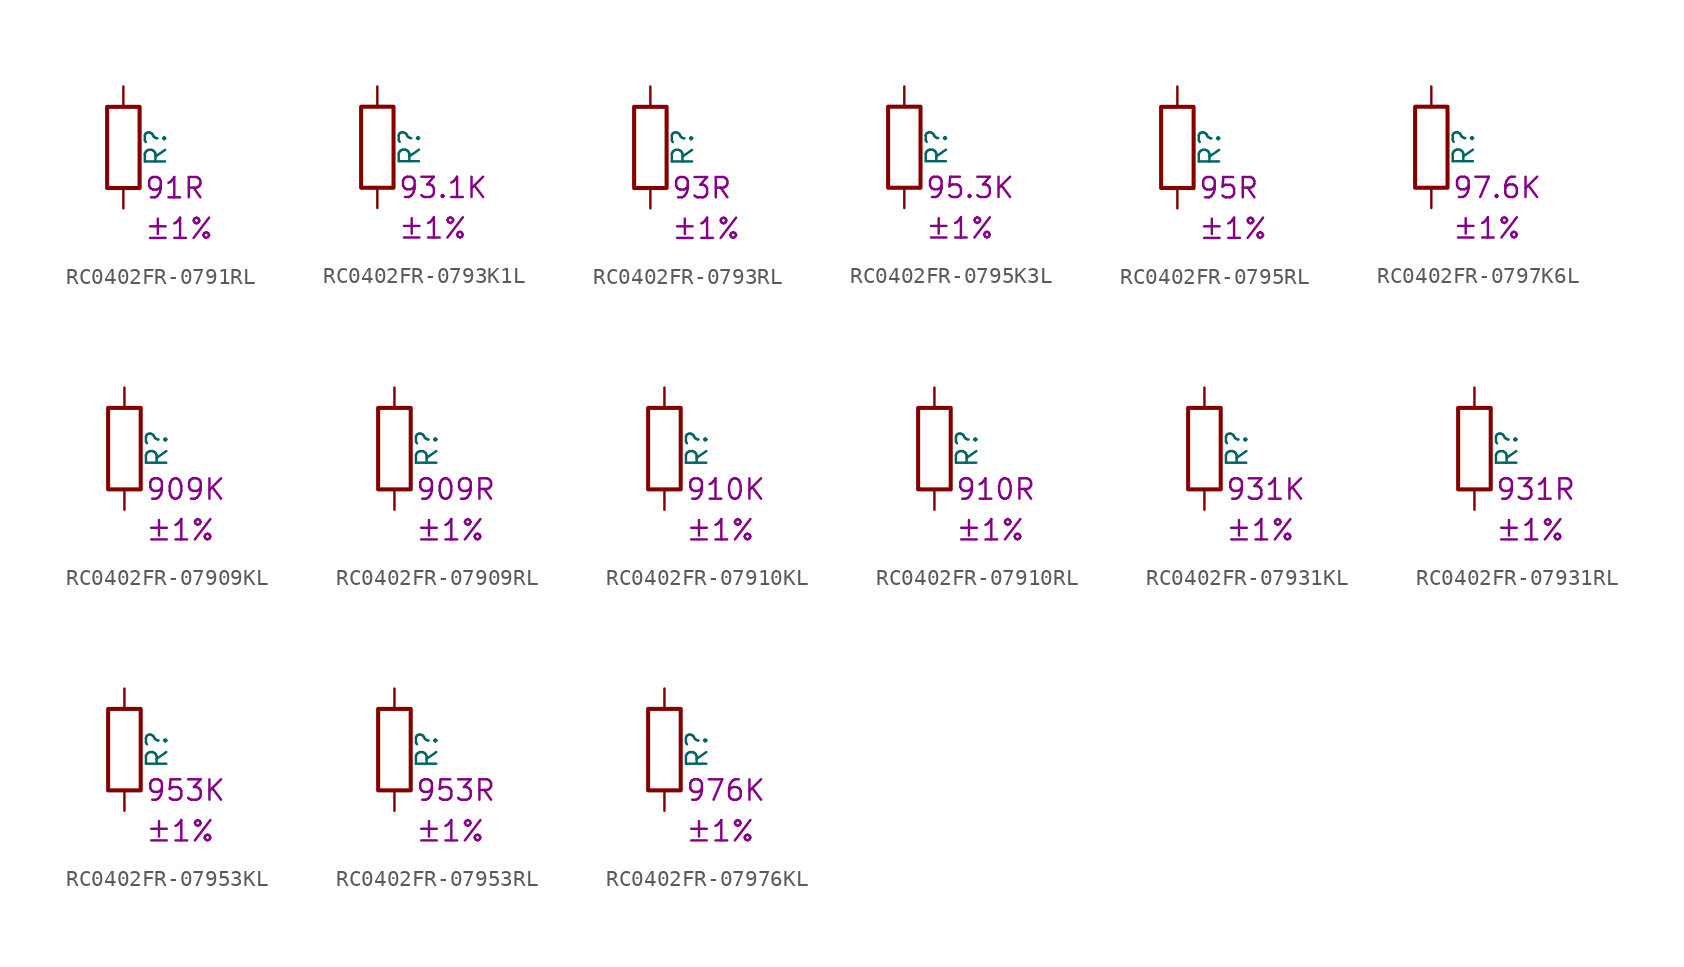
<source format=kicad_sym>
(kicad_symbol_lib
  (version 20220914)
  (generator kicad_symbol_editor)
  (symbol "RC0402FR-0791RL"
    (pin_numbers hide)
    (pin_names
      (offset 0))
    (property "Reference" "R"
      (at 2.032 0 90)
      (effects (font (size 1.27 1.27))))
    (property "Resistance" "91R"
      (at 1.27 -2.54 0)
      (effects (font (size 1.27 1.27)) (justify left)))
    (property "Tolerance" "±1%"
      (at 1.27 -5.08 0)
      (effects (font (size 1.27 1.27)) (justify left)))
    (symbol "RC0402FR-0791RL_0_1"
      (rectangle (start -1.016 -2.54) (end 1.016 2.54) (stroke (width 0.254) (type default)) (fill (type none))))
    (symbol "RC0402FR-0791RL_1_1"
      (pin passive line (at 0 3.81 270) (length 1.27) (name "~" (effects (font (size 1.27 1.27)))) (number "1" (effects (font (size 1.27 1.27)))))
      (pin passive line (at 0 -3.81 90) (length 1.27) (name "~" (effects (font (size 1.27 1.27)))) (number "2" (effects (font (size 1.27 1.27)))))))
  (symbol "RC0402FR-0793K1L"
    (pin_numbers hide)
    (pin_names
      (offset 0))
    (property "Reference" "R"
      (at 2.032 0 90)
      (effects (font (size 1.27 1.27))))
    (property "Resistance" "93.1K"
      (at 1.27 -2.54 0)
      (effects (font (size 1.27 1.27)) (justify left)))
    (property "Tolerance" "±1%"
      (at 1.27 -5.08 0)
      (effects (font (size 1.27 1.27)) (justify left)))
    (symbol "RC0402FR-0793K1L_0_1"
      (rectangle (start -1.016 -2.54) (end 1.016 2.54) (stroke (width 0.254) (type default)) (fill (type none))))
    (symbol "RC0402FR-0793K1L_1_1"
      (pin passive line (at 0 3.81 270) (length 1.27) (name "~" (effects (font (size 1.27 1.27)))) (number "1" (effects (font (size 1.27 1.27)))))
      (pin passive line (at 0 -3.81 90) (length 1.27) (name "~" (effects (font (size 1.27 1.27)))) (number "2" (effects (font (size 1.27 1.27)))))))
  (symbol "RC0402FR-0793RL"
    (pin_numbers hide)
    (pin_names
      (offset 0))
    (property "Reference" "R"
      (at 2.032 0 90)
      (effects (font (size 1.27 1.27))))
    (property "Resistance" "93R"
      (at 1.27 -2.54 0)
      (effects (font (size 1.27 1.27)) (justify left)))
    (property "Tolerance" "±1%"
      (at 1.27 -5.08 0)
      (effects (font (size 1.27 1.27)) (justify left)))
    (symbol "RC0402FR-0793RL_0_1"
      (rectangle (start -1.016 -2.54) (end 1.016 2.54) (stroke (width 0.254) (type default)) (fill (type none))))
    (symbol "RC0402FR-0793RL_1_1"
      (pin passive line (at 0 3.81 270) (length 1.27) (name "~" (effects (font (size 1.27 1.27)))) (number "1" (effects (font (size 1.27 1.27)))))
      (pin passive line (at 0 -3.81 90) (length 1.27) (name "~" (effects (font (size 1.27 1.27)))) (number "2" (effects (font (size 1.27 1.27)))))))
  (symbol "RC0402FR-0795K3L"
    (pin_numbers hide)
    (pin_names
      (offset 0))
    (property "Reference" "R"
      (at 2.032 0 90)
      (effects (font (size 1.27 1.27))))
    (property "Resistance" "95.3K"
      (at 1.27 -2.54 0)
      (effects (font (size 1.27 1.27)) (justify left)))
    (property "Tolerance" "±1%"
      (at 1.27 -5.08 0)
      (effects (font (size 1.27 1.27)) (justify left)))
    (symbol "RC0402FR-0795K3L_0_1"
      (rectangle (start -1.016 -2.54) (end 1.016 2.54) (stroke (width 0.254) (type default)) (fill (type none))))
    (symbol "RC0402FR-0795K3L_1_1"
      (pin passive line (at 0 3.81 270) (length 1.27) (name "~" (effects (font (size 1.27 1.27)))) (number "1" (effects (font (size 1.27 1.27)))))
      (pin passive line (at 0 -3.81 90) (length 1.27) (name "~" (effects (font (size 1.27 1.27)))) (number "2" (effects (font (size 1.27 1.27)))))))
  (symbol "RC0402FR-0795RL"
    (pin_numbers hide)
    (pin_names
      (offset 0))
    (property "Reference" "R"
      (at 2.032 0 90)
      (effects (font (size 1.27 1.27))))
    (property "Resistance" "95R"
      (at 1.27 -2.54 0)
      (effects (font (size 1.27 1.27)) (justify left)))
    (property "Tolerance" "±1%"
      (at 1.27 -5.08 0)
      (effects (font (size 1.27 1.27)) (justify left)))
    (symbol "RC0402FR-0795RL_0_1"
      (rectangle (start -1.016 -2.54) (end 1.016 2.54) (stroke (width 0.254) (type default)) (fill (type none))))
    (symbol "RC0402FR-0795RL_1_1"
      (pin passive line (at 0 3.81 270) (length 1.27) (name "~" (effects (font (size 1.27 1.27)))) (number "1" (effects (font (size 1.27 1.27)))))
      (pin passive line (at 0 -3.81 90) (length 1.27) (name "~" (effects (font (size 1.27 1.27)))) (number "2" (effects (font (size 1.27 1.27)))))))
  (symbol "RC0402FR-0797K6L"
    (pin_numbers hide)
    (pin_names
      (offset 0))
    (property "Reference" "R"
      (at 2.032 0 90)
      (effects (font (size 1.27 1.27))))
    (property "Resistance" "97.6K"
      (at 1.27 -2.54 0)
      (effects (font (size 1.27 1.27)) (justify left)))
    (property "Tolerance" "±1%"
      (at 1.27 -5.08 0)
      (effects (font (size 1.27 1.27)) (justify left)))
    (symbol "RC0402FR-0797K6L_0_1"
      (rectangle (start -1.016 -2.54) (end 1.016 2.54) (stroke (width 0.254) (type default)) (fill (type none))))
    (symbol "RC0402FR-0797K6L_1_1"
      (pin passive line (at 0 3.81 270) (length 1.27) (name "~" (effects (font (size 1.27 1.27)))) (number "1" (effects (font (size 1.27 1.27)))))
      (pin passive line (at 0 -3.81 90) (length 1.27) (name "~" (effects (font (size 1.27 1.27)))) (number "2" (effects (font (size 1.27 1.27)))))))
  (symbol "RC0402FR-07909KL"
    (pin_numbers hide)
    (pin_names
      (offset 0))
    (property "Reference" "R"
      (at 2.032 0 90)
      (effects (font (size 1.27 1.27))))
    (property "Resistance" "909K"
      (at 1.27 -2.54 0)
      (effects (font (size 1.27 1.27)) (justify left)))
    (property "Tolerance" "±1%"
      (at 1.27 -5.08 0)
      (effects (font (size 1.27 1.27)) (justify left)))
    (symbol "RC0402FR-07909KL_0_1"
      (rectangle (start -1.016 -2.54) (end 1.016 2.54) (stroke (width 0.254) (type default)) (fill (type none))))
    (symbol "RC0402FR-07909KL_1_1"
      (pin passive line (at 0 3.81 270) (length 1.27) (name "~" (effects (font (size 1.27 1.27)))) (number "1" (effects (font (size 1.27 1.27)))))
      (pin passive line (at 0 -3.81 90) (length 1.27) (name "~" (effects (font (size 1.27 1.27)))) (number "2" (effects (font (size 1.27 1.27)))))))
  (symbol "RC0402FR-07909RL"
    (pin_numbers hide)
    (pin_names
      (offset 0))
    (property "Reference" "R"
      (at 2.032 0 90)
      (effects (font (size 1.27 1.27))))
    (property "Resistance" "909R"
      (at 1.27 -2.54 0)
      (effects (font (size 1.27 1.27)) (justify left)))
    (property "Tolerance" "±1%"
      (at 1.27 -5.08 0)
      (effects (font (size 1.27 1.27)) (justify left)))
    (symbol "RC0402FR-07909RL_0_1"
      (rectangle (start -1.016 -2.54) (end 1.016 2.54) (stroke (width 0.254) (type default)) (fill (type none))))
    (symbol "RC0402FR-07909RL_1_1"
      (pin passive line (at 0 3.81 270) (length 1.27) (name "~" (effects (font (size 1.27 1.27)))) (number "1" (effects (font (size 1.27 1.27)))))
      (pin passive line (at 0 -3.81 90) (length 1.27) (name "~" (effects (font (size 1.27 1.27)))) (number "2" (effects (font (size 1.27 1.27)))))))
  (symbol "RC0402FR-07910KL"
    (pin_numbers hide)
    (pin_names
      (offset 0))
    (property "Reference" "R"
      (at 2.032 0 90)
      (effects (font (size 1.27 1.27))))
    (property "Resistance" "910K"
      (at 1.27 -2.54 0)
      (effects (font (size 1.27 1.27)) (justify left)))
    (property "Tolerance" "±1%"
      (at 1.27 -5.08 0)
      (effects (font (size 1.27 1.27)) (justify left)))
    (symbol "RC0402FR-07910KL_0_1"
      (rectangle (start -1.016 -2.54) (end 1.016 2.54) (stroke (width 0.254) (type default)) (fill (type none))))
    (symbol "RC0402FR-07910KL_1_1"
      (pin passive line (at 0 3.81 270) (length 1.27) (name "~" (effects (font (size 1.27 1.27)))) (number "1" (effects (font (size 1.27 1.27)))))
      (pin passive line (at 0 -3.81 90) (length 1.27) (name "~" (effects (font (size 1.27 1.27)))) (number "2" (effects (font (size 1.27 1.27)))))))
  (symbol "RC0402FR-07910RL"
    (pin_numbers hide)
    (pin_names
      (offset 0))
    (property "Reference" "R"
      (at 2.032 0 90)
      (effects (font (size 1.27 1.27))))
    (property "Resistance" "910R"
      (at 1.27 -2.54 0)
      (effects (font (size 1.27 1.27)) (justify left)))
    (property "Tolerance" "±1%"
      (at 1.27 -5.08 0)
      (effects (font (size 1.27 1.27)) (justify left)))
    (symbol "RC0402FR-07910RL_0_1"
      (rectangle (start -1.016 -2.54) (end 1.016 2.54) (stroke (width 0.254) (type default)) (fill (type none))))
    (symbol "RC0402FR-07910RL_1_1"
      (pin passive line (at 0 3.81 270) (length 1.27) (name "~" (effects (font (size 1.27 1.27)))) (number "1" (effects (font (size 1.27 1.27)))))
      (pin passive line (at 0 -3.81 90) (length 1.27) (name "~" (effects (font (size 1.27 1.27)))) (number "2" (effects (font (size 1.27 1.27)))))))
  (symbol "RC0402FR-07931KL"
    (pin_numbers hide)
    (pin_names
      (offset 0))
    (property "Reference" "R"
      (at 2.032 0 90)
      (effects (font (size 1.27 1.27))))
    (property "Resistance" "931K"
      (at 1.27 -2.54 0)
      (effects (font (size 1.27 1.27)) (justify left)))
    (property "Tolerance" "±1%"
      (at 1.27 -5.08 0)
      (effects (font (size 1.27 1.27)) (justify left)))
    (symbol "RC0402FR-07931KL_0_1"
      (rectangle (start -1.016 -2.54) (end 1.016 2.54) (stroke (width 0.254) (type default)) (fill (type none))))
    (symbol "RC0402FR-07931KL_1_1"
      (pin passive line (at 0 3.81 270) (length 1.27) (name "~" (effects (font (size 1.27 1.27)))) (number "1" (effects (font (size 1.27 1.27)))))
      (pin passive line (at 0 -3.81 90) (length 1.27) (name "~" (effects (font (size 1.27 1.27)))) (number "2" (effects (font (size 1.27 1.27)))))))
  (symbol "RC0402FR-07931RL"
    (pin_numbers hide)
    (pin_names
      (offset 0))
    (property "Reference" "R"
      (at 2.032 0 90)
      (effects (font (size 1.27 1.27))))
    (property "Resistance" "931R"
      (at 1.27 -2.54 0)
      (effects (font (size 1.27 1.27)) (justify left)))
    (property "Tolerance" "±1%"
      (at 1.27 -5.08 0)
      (effects (font (size 1.27 1.27)) (justify left)))
    (symbol "RC0402FR-07931RL_0_1"
      (rectangle (start -1.016 -2.54) (end 1.016 2.54) (stroke (width 0.254) (type default)) (fill (type none))))
    (symbol "RC0402FR-07931RL_1_1"
      (pin passive line (at 0 3.81 270) (length 1.27) (name "~" (effects (font (size 1.27 1.27)))) (number "1" (effects (font (size 1.27 1.27)))))
      (pin passive line (at 0 -3.81 90) (length 1.27) (name "~" (effects (font (size 1.27 1.27)))) (number "2" (effects (font (size 1.27 1.27)))))))
  (symbol "RC0402FR-07953KL"
    (pin_numbers hide)
    (pin_names
      (offset 0))
    (property "Reference" "R"
      (at 2.032 0 90)
      (effects (font (size 1.27 1.27))))
    (property "Resistance" "953K"
      (at 1.27 -2.54 0)
      (effects (font (size 1.27 1.27)) (justify left)))
    (property "Tolerance" "±1%"
      (at 1.27 -5.08 0)
      (effects (font (size 1.27 1.27)) (justify left)))
    (symbol "RC0402FR-07953KL_0_1"
      (rectangle (start -1.016 -2.54) (end 1.016 2.54) (stroke (width 0.254) (type default)) (fill (type none))))
    (symbol "RC0402FR-07953KL_1_1"
      (pin passive line (at 0 3.81 270) (length 1.27) (name "~" (effects (font (size 1.27 1.27)))) (number "1" (effects (font (size 1.27 1.27)))))
      (pin passive line (at 0 -3.81 90) (length 1.27) (name "~" (effects (font (size 1.27 1.27)))) (number "2" (effects (font (size 1.27 1.27)))))))
  (symbol "RC0402FR-07953RL"
    (pin_numbers hide)
    (pin_names
      (offset 0))
    (property "Reference" "R"
      (at 2.032 0 90)
      (effects (font (size 1.27 1.27))))
    (property "Resistance" "953R"
      (at 1.27 -2.54 0)
      (effects (font (size 1.27 1.27)) (justify left)))
    (property "Tolerance" "±1%"
      (at 1.27 -5.08 0)
      (effects (font (size 1.27 1.27)) (justify left)))
    (symbol "RC0402FR-07953RL_0_1"
      (rectangle (start -1.016 -2.54) (end 1.016 2.54) (stroke (width 0.254) (type default)) (fill (type none))))
    (symbol "RC0402FR-07953RL_1_1"
      (pin passive line (at 0 3.81 270) (length 1.27) (name "~" (effects (font (size 1.27 1.27)))) (number "1" (effects (font (size 1.27 1.27)))))
      (pin passive line (at 0 -3.81 90) (length 1.27) (name "~" (effects (font (size 1.27 1.27)))) (number "2" (effects (font (size 1.27 1.27)))))))
  (symbol "RC0402FR-07976KL"
    (pin_numbers hide)
    (pin_names
      (offset 0))
    (property "Reference" "R"
      (at 2.032 0 90)
      (effects (font (size 1.27 1.27))))
    (property "Resistance" "976K"
      (at 1.27 -2.54 0)
      (effects (font (size 1.27 1.27)) (justify left)))
    (property "Tolerance" "±1%"
      (at 1.27 -5.08 0)
      (effects (font (size 1.27 1.27)) (justify left)))
    (symbol "RC0402FR-07976KL_0_1"
      (rectangle (start -1.016 -2.54) (end 1.016 2.54) (stroke (width 0.254) (type default)) (fill (type none))))
    (symbol "RC0402FR-07976KL_1_1"
      (pin passive line (at 0 3.81 270) (length 1.27) (name "~" (effects (font (size 1.27 1.27)))) (number "1" (effects (font (size 1.27 1.27)))))
      (pin passive line (at 0 -3.81 90) (length 1.27) (name "~" (effects (font (size 1.27 1.27)))) (number "2" (effects (font (size 1.27 1.27))))))))
</source>
